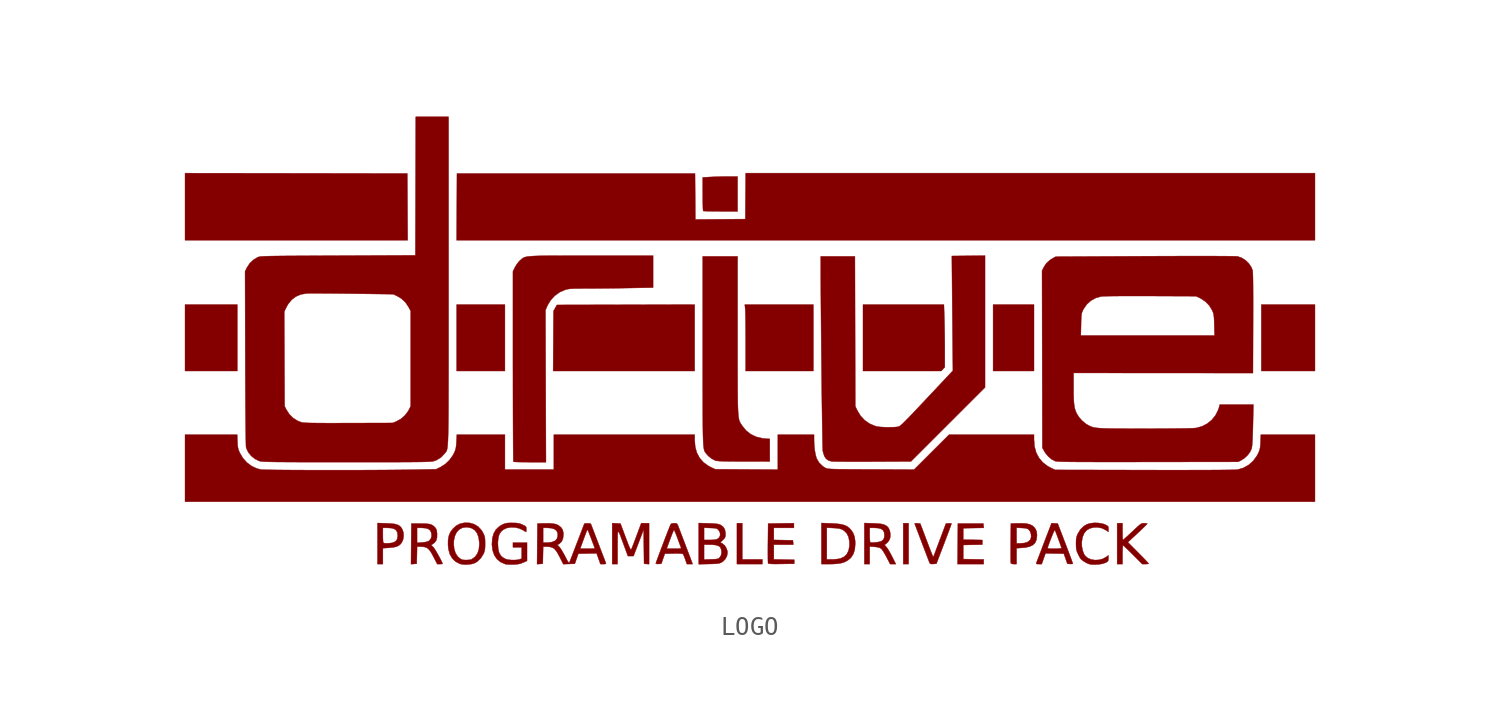
<source format=kicad_sym>
(kicad_symbol_lib
  (version 20210619)
  (generator bitmap2component)
  (symbol "LOGO"
    (pin_names
      (offset 1.016))
    (property "Reference" "#G"
      (at 0 12.714 0)
      (effects (font (size 1.27 1.27)) hide))
    (symbol "LOGO_0_0"
      (polyline (pts (xy -15.61 -12.034) (xy -15.414 -12.003) (xy -15.258 -11.949) (xy -15.123 -11.864) (xy -14.933 -11.676) (xy -14.788 -11.439) (xy -14.779 -11.42) (xy -14.74 -11.317) (xy -14.717 -11.209) (xy -14.705 -11.071) (xy -14.702 -10.883) (xy -14.703 -10.756) (xy -14.71 -10.613) (xy -14.726 -10.505) (xy -14.757 -10.408) (xy -14.807 -10.3) (xy -14.901 -10.141) (xy -15.084 -9.944) (xy -15.307 -9.807) (xy -15.562 -9.734) (xy -15.841 -9.728) (xy -15.868 -9.732) (xy -16.108 -9.788) (xy -16.311 -9.898) (xy -16.497 -10.072) (xy -16.625 -10.249) (xy -16.709 -10.451) (xy -16.751 -10.688) (xy -16.753 -10.883) (xy -16.441 -10.883) (xy -16.432 -10.717) (xy -16.378 -10.464) (xy -16.279 -10.258) (xy -16.139 -10.104) (xy -15.962 -10.008) (xy -15.752 -9.975) (xy -15.671 -9.978) (xy -15.453 -10.027) (xy -15.279 -10.135) (xy -15.149 -10.302) (xy -15.065 -10.528) (xy -15.025 -10.814) (xy -15.022 -10.91) (xy -15.048 -11.195) (xy -15.128 -11.43) (xy -15.262 -11.614) (xy -15.451 -11.75) (xy -15.5 -11.766) (xy -15.616 -11.782) (xy -15.756 -11.788) (xy -15.888 -11.783) (xy -15.982 -11.765) (xy -16.075 -11.719) (xy -16.229 -11.585) (xy -16.344 -11.396) (xy -16.416 -11.159) (xy -16.441 -10.883) (xy -16.753 -10.883) (xy -16.753 -10.975) (xy -16.731 -11.188) (xy -16.653 -11.467) (xy -16.523 -11.696) (xy -16.342 -11.872) (xy -16.113 -11.994) (xy -16.011 -12.021) (xy -15.819 -12.041) (xy -15.61 -12.034)) (stroke (width 0.01)) (fill (type outline)))
      (polyline (pts (xy -13.142 -12.037) (xy -13.034 -12.032) (xy -12.866 -12.014) (xy -12.729 -11.982) (xy -12.595 -11.929) (xy -12.385 -11.833) (xy -12.385 -10.827) (xy -13.164 -10.827) (xy -13.164 -11.087) (xy -12.681 -11.087) (xy -12.681 -11.71) (xy -12.798 -11.751) (xy -12.898 -11.774) (xy -13.069 -11.789) (xy -13.256 -11.787) (xy -13.43 -11.769) (xy -13.562 -11.735) (xy -13.712 -11.655) (xy -13.844 -11.535) (xy -13.931 -11.376) (xy -13.98 -11.168) (xy -13.996 -10.902) (xy -13.995 -10.788) (xy -13.971 -10.549) (xy -13.915 -10.362) (xy -13.822 -10.218) (xy -13.688 -10.104) (xy -13.505 -10.02) (xy -13.281 -9.981) (xy -13.041 -9.989) (xy -12.807 -10.043) (xy -12.599 -10.144) (xy -12.559 -10.169) (xy -12.481 -10.216) (xy -12.441 -10.234) (xy -12.437 -10.23) (xy -12.426 -10.177) (xy -12.422 -10.084) (xy -12.422 -10.06) (xy -12.428 -9.985) (xy -12.455 -9.935) (xy -12.519 -9.891) (xy -12.635 -9.835) (xy -12.662 -9.823) (xy -12.775 -9.778) (xy -12.886 -9.752) (xy -13.019 -9.739) (xy -13.201 -9.735) (xy -13.3 -9.735) (xy -13.447 -9.741) (xy -13.557 -9.757) (xy -13.656 -9.788) (xy -13.769 -9.839) (xy -13.922 -9.931) (xy -14.105 -10.106) (xy -14.233 -10.328) (xy -14.306 -10.598) (xy -14.327 -10.92) (xy -14.326 -10.943) (xy -14.289 -11.255) (xy -14.196 -11.519) (xy -14.05 -11.735) (xy -13.852 -11.9) (xy -13.603 -12.011) (xy -13.577 -12.017) (xy -13.463 -12.031) (xy -13.309 -12.038) (xy -13.142 -12.037)) (stroke (width 0.01)) (fill (type outline)))
      (polyline (pts (xy 19.238 -12.029) (xy 19.435 -11.995) (xy 19.589 -11.944) (xy 19.677 -11.899) (xy 19.737 -11.852) (xy 19.76 -11.792) (xy 19.764 -11.694) (xy 19.764 -11.528) (xy 19.643 -11.618) (xy 19.452 -11.723) (xy 19.236 -11.78) (xy 19.013 -11.791) (xy 18.8 -11.755) (xy 18.614 -11.674) (xy 18.472 -11.549) (xy 18.413 -11.458) (xy 18.337 -11.26) (xy 18.294 -11.029) (xy 18.289 -10.788) (xy 18.329 -10.534) (xy 18.419 -10.312) (xy 18.557 -10.146) (xy 18.742 -10.037) (xy 18.973 -9.986) (xy 19.142 -9.982) (xy 19.4 -10.027) (xy 19.629 -10.14) (xy 19.764 -10.232) (xy 19.764 -10.062) (xy 19.76 -9.973) (xy 19.737 -9.918) (xy 19.679 -9.875) (xy 19.569 -9.823) (xy 19.453 -9.782) (xy 19.231 -9.741) (xy 18.992 -9.732) (xy 18.765 -9.756) (xy 18.577 -9.812) (xy 18.404 -9.914) (xy 18.211 -10.101) (xy 18.064 -10.345) (xy 18.019 -10.454) (xy 17.989 -10.568) (xy 17.974 -10.702) (xy 17.971 -10.883) (xy 17.971 -10.898) (xy 17.975 -11.072) (xy 17.989 -11.201) (xy 18.02 -11.315) (xy 18.072 -11.439) (xy 18.125 -11.547) (xy 18.187 -11.66) (xy 18.236 -11.73) (xy 18.267 -11.761) (xy 18.393 -11.859) (xy 18.547 -11.949) (xy 18.694 -12.011) (xy 18.829 -12.036) (xy 19.026 -12.043) (xy 19.238 -12.029)) (stroke (width 0.01)) (fill (type outline)))
      (polyline (pts (xy -20.357 -11.135) (xy -20.033 -11.114) (xy -19.988 -11.111) (xy -19.776 -11.088) (xy -19.618 -11.053) (xy -19.497 -11.001) (xy -19.398 -10.927) (xy -19.319 -10.834) (xy -19.24 -10.658) (xy -19.207 -10.458) (xy -19.223 -10.255) (xy -19.292 -10.07) (xy -19.352 -9.98) (xy -19.439 -9.895) (xy -19.551 -9.835) (xy -19.701 -9.795) (xy -19.901 -9.771) (xy -20.162 -9.758) (xy -20.654 -9.743) (xy -20.654 -10.012) (xy -20.357 -10.012) (xy -20.096 -10.012) (xy -19.898 -10.023) (xy -19.73 -10.066) (xy -19.617 -10.148) (xy -19.555 -10.271) (xy -19.535 -10.443) (xy -19.536 -10.472) (xy -19.568 -10.64) (xy -19.652 -10.756) (xy -19.791 -10.825) (xy -19.794 -10.826) (xy -19.907 -10.848) (xy -20.041 -10.86) (xy -20.172 -10.864) (xy -20.277 -10.857) (xy -20.332 -10.84) (xy -20.34 -10.809) (xy -20.349 -10.716) (xy -20.355 -10.579) (xy -20.357 -10.413) (xy -20.357 -10.012) (xy -20.654 -10.012) (xy -20.654 -12.014) (xy -20.357 -12.014) (xy -20.357 -11.135)) (stroke (width 0.01)) (fill (type outline)))
      (polyline (pts (xy -18.643 -12.007) (xy -18.485 -11.995) (xy -18.474 -11.523) (xy -18.464 -11.05) (xy -18.303 -11.05) (xy -18.235 -11.051) (xy -18.08 -11.063) (xy -17.956 -11.098) (xy -17.852 -11.164) (xy -17.756 -11.272) (xy -17.655 -11.429) (xy -17.539 -11.646) (xy -17.35 -12.014) (xy -17.204 -12.014) (xy -17.172 -12.014) (xy -17.09 -12.007) (xy -17.057 -11.995) (xy -17.057 -11.993) (xy -17.077 -11.932) (xy -17.128 -11.824) (xy -17.199 -11.686) (xy -17.283 -11.532) (xy -17.371 -11.378) (xy -17.454 -11.239) (xy -17.524 -11.132) (xy -17.572 -11.071) (xy -17.686 -10.963) (xy -17.562 -10.879) (xy -17.485 -10.816) (xy -17.402 -10.696) (xy -17.362 -10.539) (xy -17.36 -10.328) (xy -17.362 -10.303) (xy -17.379 -10.162) (xy -17.412 -10.066) (xy -17.466 -9.991) (xy -17.468 -9.99) (xy -17.552 -9.907) (xy -17.638 -9.849) (xy -17.739 -9.81) (xy -17.87 -9.787) (xy -18.046 -9.775) (xy -18.281 -9.772) (xy -18.781 -9.771) (xy -18.791 -10.838) (xy -18.466 -10.838) (xy -18.466 -10.012) (xy -18.224 -10.012) (xy -18.192 -10.012) (xy -17.986 -10.028) (xy -17.839 -10.073) (xy -17.742 -10.151) (xy -17.684 -10.268) (xy -17.683 -10.273) (xy -17.661 -10.451) (xy -17.701 -10.606) (xy -17.802 -10.724) (xy -17.852 -10.753) (xy -17.985 -10.792) (xy -18.181 -10.817) (xy -18.466 -10.838) (xy -18.791 -10.838) (xy -18.791 -10.894) (xy -18.801 -12.018) (xy -18.643 -12.007)) (stroke (width 0.01)) (fill (type outline)))
      (polyline (pts (xy -11.672 -12.007) (xy -11.513 -11.995) (xy -11.503 -11.523) (xy -11.493 -11.05) (xy -11.332 -11.05) (xy -11.283 -11.05) (xy -11.12 -11.062) (xy -10.99 -11.097) (xy -10.88 -11.164) (xy -10.781 -11.274) (xy -10.679 -11.434) (xy -10.563 -11.654) (xy -10.38 -12.017) (xy -10.061 -12.006) (xy -9.742 -11.995) (xy -9.645 -11.717) (xy -9.548 -11.439) (xy -9.043 -11.429) (xy -8.537 -11.419) (xy -8.432 -11.716) (xy -8.326 -12.014) (xy -8.164 -12.014) (xy -8.147 -12.014) (xy -8.056 -12.009) (xy -8.021 -11.989) (xy -8.027 -11.949) (xy -8.029 -11.944) (xy -8.054 -11.881) (xy -8.1 -11.76) (xy -8.166 -11.59) (xy -8.246 -11.381) (xy -8.337 -11.142) (xy -8.436 -10.883) (xy -8.457 -10.83) (xy -8.555 -10.574) (xy -8.644 -10.34) (xy -8.721 -10.138) (xy -8.783 -9.977) (xy -8.826 -9.866) (xy -8.845 -9.815) (xy -8.87 -9.779) (xy -8.93 -9.759) (xy -9.042 -9.759) (xy -9.213 -9.771) (xy -9.611 -10.809) (xy -9.644 -10.893) (xy -9.743 -11.152) (xy -9.747 -11.161) (xy -9.448 -11.161) (xy -9.26 -10.651) (xy -9.192 -10.465) (xy -9.135 -10.312) (xy -9.095 -10.211) (xy -9.069 -10.152) (xy -9.052 -10.125) (xy -9.039 -10.121) (xy -9.027 -10.131) (xy -9.027 -10.132) (xy -9.007 -10.173) (xy -8.969 -10.268) (xy -8.916 -10.402) (xy -8.856 -10.558) (xy -8.794 -10.722) (xy -8.735 -10.878) (xy -8.686 -11.011) (xy -8.652 -11.107) (xy -8.64 -11.149) (xy -8.664 -11.153) (xy -8.749 -11.157) (xy -8.881 -11.16) (xy -9.044 -11.161) (xy -9.448 -11.161) (xy -9.747 -11.161) (xy -9.835 -11.389) (xy -9.913 -11.593) (xy -9.976 -11.755) (xy -10.02 -11.867) (xy -10.041 -11.919) (xy -10.059 -11.938) (xy -10.087 -11.922) (xy -10.13 -11.862) (xy -10.194 -11.75) (xy -10.283 -11.579) (xy -10.371 -11.415) (xy -10.462 -11.259) (xy -10.542 -11.135) (xy -10.601 -11.06) (xy -10.707 -10.953) (xy -10.603 -10.894) (xy -10.588 -10.884) (xy -10.468 -10.765) (xy -10.396 -10.592) (xy -10.373 -10.369) (xy -10.376 -10.29) (xy -10.411 -10.125) (xy -10.494 -9.994) (xy -10.638 -9.875) (xy -10.648 -9.869) (xy -10.776 -9.81) (xy -10.952 -9.773) (xy -11.182 -9.757) (xy -11.476 -9.759) (xy -11.81 -9.771) (xy -11.819 -10.827) (xy -11.495 -10.827) (xy -11.495 -10.012) (xy -11.253 -10.012) (xy -11.052 -10.026) (xy -10.869 -10.079) (xy -10.749 -10.173) (xy -10.69 -10.307) (xy -10.692 -10.483) (xy -10.738 -10.622) (xy -10.839 -10.729) (xy -10.998 -10.792) (xy -11.031 -10.799) (xy -11.174 -10.818) (xy -11.319 -10.826) (xy -11.495 -10.827) (xy -11.819 -10.827) (xy -11.82 -10.894) (xy -11.83 -12.018) (xy -11.672 -12.007)) (stroke (width 0.01)) (fill (type outline)))
      (polyline (pts (xy -5.636 -9.752) (xy -6.07 -9.752) (xy -6.322 -10.429) (xy -6.327 -10.441) (xy -6.407 -10.655) (xy -6.481 -10.85) (xy -6.543 -11.011) (xy -6.59 -11.128) (xy -6.616 -11.188) (xy -6.617 -11.191) (xy -6.633 -11.21) (xy -6.654 -11.202) (xy -6.681 -11.162) (xy -6.72 -11.081) (xy -6.774 -10.951) (xy -6.845 -10.767) (xy -6.938 -10.521) (xy -7.219 -9.771) (xy -7.447 -9.76) (xy -7.676 -9.748) (xy -7.676 -12.014) (xy -7.379 -12.014) (xy -7.378 -11.059) (xy -7.377 -10.899) (xy -7.377 -10.623) (xy -7.374 -10.419) (xy -7.366 -10.287) (xy -7.349 -10.225) (xy -7.322 -10.232) (xy -7.28 -10.307) (xy -7.222 -10.449) (xy -7.144 -10.657) (xy -7.044 -10.929) (xy -6.808 -11.569) (xy -6.497 -11.569) (xy -6.364 -11.226) (xy -6.331 -11.139) (xy -6.25 -10.927) (xy -6.163 -10.7) (xy -6.084 -10.494) (xy -5.937 -10.104) (xy -5.926 -11.05) (xy -5.914 -11.995) (xy -5.775 -12.007) (xy -5.636 -12.018) (xy -5.636 -9.752)) (stroke (width 0.01)) (fill (type outline)))
      (polyline (pts (xy -3.279 -11.875) (xy -3.289 -11.848) (xy -3.327 -11.745) (xy -3.385 -11.591) (xy -3.459 -11.397) (xy -3.543 -11.176) (xy -3.633 -10.939) (xy -3.672 -10.836) (xy -3.763 -10.598) (xy -3.848 -10.377) (xy -3.92 -10.186) (xy -3.976 -10.038) (xy -4.011 -9.947) (xy -4.016 -9.934) (xy -4.058 -9.829) (xy -4.097 -9.775) (xy -4.154 -9.755) (xy -4.247 -9.752) (xy -4.289 -9.753) (xy -4.392 -9.771) (xy -4.444 -9.817) (xy -4.445 -9.818) (xy -4.471 -9.879) (xy -4.518 -9.996) (xy -4.582 -10.157) (xy -4.659 -10.354) (xy -4.744 -10.575) (xy -4.834 -10.81) (xy -4.925 -11.049) (xy -4.967 -11.161) (xy -4.663 -11.161) (xy -4.473 -10.642) (xy -4.44 -10.553) (xy -4.375 -10.383) (xy -4.32 -10.247) (xy -4.279 -10.156) (xy -4.259 -10.123) (xy -4.256 -10.124) (xy -4.231 -10.169) (xy -4.188 -10.268) (xy -4.131 -10.408) (xy -4.067 -10.577) (xy -4.058 -10.601) (xy -3.994 -10.775) (xy -3.938 -10.926) (xy -3.896 -11.038) (xy -3.874 -11.096) (xy -3.871 -11.104) (xy -3.87 -11.13) (xy -3.897 -11.147) (xy -3.962 -11.156) (xy -4.078 -11.16) (xy -4.256 -11.161) (xy -4.663 -11.161) (xy -4.967 -11.161) (xy -5.012 -11.281) (xy -5.093 -11.496) (xy -5.162 -11.684) (xy -5.217 -11.834) (xy -5.253 -11.935) (xy -5.265 -11.978) (xy -5.263 -11.985) (xy -5.215 -12.006) (xy -5.112 -12.007) (xy -4.958 -11.995) (xy -4.862 -11.717) (xy -4.765 -11.439) (xy -4.279 -11.429) (xy -4.211 -11.428) (xy -4.013 -11.427) (xy -3.877 -11.433) (xy -3.794 -11.445) (xy -3.756 -11.466) (xy -3.756 -11.467) (xy -3.725 -11.526) (xy -3.681 -11.632) (xy -3.633 -11.764) (xy -3.546 -12.014) (xy -3.229 -12.014) (xy -3.279 -11.875)) (stroke (width 0.01)) (fill (type outline)))
      (polyline (pts (xy -2.327 -12.008) (xy -2.304 -12.008) (xy -2.089 -12.002) (xy -1.933 -11.994) (xy -1.821 -11.983) (xy -1.738 -11.965) (xy -1.671 -11.94) (xy -1.604 -11.905) (xy -1.566 -11.882) (xy -1.426 -11.745) (xy -1.332 -11.572) (xy -1.298 -11.384) (xy -1.308 -11.287) (xy -1.365 -11.124) (xy -1.457 -10.98) (xy -1.572 -10.883) (xy -1.696 -10.816) (xy -1.553 -10.679) (xy -1.498 -10.624) (xy -1.439 -10.548) (xy -1.414 -10.465) (xy -1.409 -10.342) (xy -1.411 -10.29) (xy -1.448 -10.097) (xy -1.541 -9.95) (xy -1.692 -9.843) (xy -1.75 -9.819) (xy -1.842 -9.796) (xy -1.965 -9.779) (xy -2.135 -9.767) (xy -2.364 -9.759) (xy -2.892 -9.744) (xy -2.892 -10.005) (xy -2.596 -10.005) (xy -2.24 -10.017) (xy -2.235 -10.018) (xy -2.07 -10.025) (xy -1.961 -10.036) (xy -1.891 -10.054) (xy -1.841 -10.086) (xy -1.795 -10.134) (xy -1.79 -10.14) (xy -1.717 -10.274) (xy -1.705 -10.412) (xy -1.752 -10.534) (xy -1.857 -10.625) (xy -1.914 -10.646) (xy -2.066 -10.671) (xy -2.279 -10.679) (xy -2.596 -10.679) (xy -2.596 -10.005) (xy -2.892 -10.005) (xy -2.892 -11.761) (xy -2.596 -11.761) (xy -2.596 -10.939) (xy -2.279 -10.939) (xy -2.153 -10.941) (xy -1.944 -10.962) (xy -1.796 -11.009) (xy -1.699 -11.088) (xy -1.647 -11.204) (xy -1.631 -11.361) (xy -1.632 -11.385) (xy -1.655 -11.522) (xy -1.721 -11.632) (xy -1.738 -11.652) (xy -1.781 -11.692) (xy -1.833 -11.717) (xy -1.909 -11.733) (xy -2.027 -11.742) (xy -2.203 -11.748) (xy -2.596 -11.761) (xy -2.892 -11.761) (xy -2.892 -12.021) (xy -2.327 -12.008)) (stroke (width 0.01)) (fill (type outline)))
      (polyline (pts (xy 0.63 -11.754) (xy -0.482 -11.754) (xy -0.482 -9.752) (xy -0.779 -9.752) (xy -0.779 -12.014) (xy 0.63 -12.014) (xy 0.63 -11.754)) (stroke (width 0.01)) (fill (type outline)))
      (polyline (pts (xy 1.677 -12.005) (xy 2.392 -11.995) (xy 2.392 -11.773) (xy 1.261 -11.752) (xy 1.261 -10.939) (xy 2.341 -10.939) (xy 2.329 -10.818) (xy 2.317 -10.698) (xy 1.261 -10.677) (xy 1.261 -10.012) (xy 2.373 -10.012) (xy 2.373 -9.751) (xy 1.659 -9.761) (xy 0.946 -9.771) (xy 0.936 -10.845) (xy 0.935 -10.909) (xy 0.933 -11.181) (xy 0.933 -11.428) (xy 0.934 -11.64) (xy 0.936 -11.807) (xy 0.94 -11.92) (xy 0.944 -11.968) (xy 0.955 -11.979) (xy 1 -11.993) (xy 1.086 -12.002) (xy 1.223 -12.007) (xy 1.417 -12.008) (xy 1.677 -12.005)) (stroke (width 0.01)) (fill (type outline)))
      (polyline (pts (xy 4.519 -12.011) (xy 4.792 -11.993) (xy 5.014 -11.955) (xy 5.197 -11.894) (xy 5.353 -11.806) (xy 5.496 -11.688) (xy 5.541 -11.641) (xy 5.664 -11.447) (xy 5.738 -11.201) (xy 5.764 -10.902) (xy 5.76 -10.742) (xy 5.723 -10.493) (xy 5.644 -10.286) (xy 5.519 -10.106) (xy 5.417 -10.004) (xy 5.291 -9.916) (xy 5.141 -9.851) (xy 4.954 -9.807) (xy 4.719 -9.778) (xy 4.422 -9.761) (xy 3.893 -9.742) (xy 3.893 -10.002) (xy 4.19 -10.002) (xy 4.555 -10.019) (xy 4.739 -10.031) (xy 4.878 -10.051) (xy 4.986 -10.081) (xy 5.083 -10.127) (xy 5.141 -10.162) (xy 5.293 -10.312) (xy 5.393 -10.515) (xy 5.441 -10.771) (xy 5.443 -11.01) (xy 5.397 -11.258) (xy 5.3 -11.457) (xy 5.153 -11.605) (xy 4.958 -11.698) (xy 4.958 -11.699) (xy 4.823 -11.727) (xy 4.652 -11.747) (xy 4.48 -11.754) (xy 4.19 -11.754) (xy 4.19 -10.002) (xy 3.893 -10.002) (xy 3.893 -12.014) (xy 4.318 -12.014) (xy 4.519 -12.011)) (stroke (width 0.01)) (fill (type outline)))
      (polyline (pts (xy 6.563 -11.04) (xy 6.826 -11.059) (xy 6.914 -11.067) (xy 7.079 -11.099) (xy 7.188 -11.151) (xy 7.237 -11.205) (xy 7.313 -11.313) (xy 7.401 -11.457) (xy 7.49 -11.619) (xy 7.694 -12.014) (xy 8.01 -12.014) (xy 7.806 -11.608) (xy 7.726 -11.453) (xy 7.635 -11.292) (xy 7.554 -11.161) (xy 7.494 -11.078) (xy 7.384 -10.953) (xy 7.508 -10.854) (xy 7.527 -10.838) (xy 7.617 -10.733) (xy 7.677 -10.62) (xy 7.699 -10.524) (xy 7.705 -10.342) (xy 7.673 -10.163) (xy 7.608 -10.021) (xy 7.562 -9.963) (xy 7.475 -9.887) (xy 7.363 -9.832) (xy 7.215 -9.795) (xy 7.017 -9.772) (xy 6.758 -9.759) (xy 6.267 -9.743) (xy 6.267 -10.012) (xy 6.563 -10.012) (xy 6.825 -10.012) (xy 7.018 -10.022) (xy 7.186 -10.063) (xy 7.298 -10.141) (xy 7.36 -10.261) (xy 7.378 -10.426) (xy 7.363 -10.563) (xy 7.308 -10.67) (xy 7.201 -10.749) (xy 7.128 -10.774) (xy 7.011 -10.797) (xy 6.876 -10.813) (xy 6.746 -10.822) (xy 6.644 -10.821) (xy 6.591 -10.807) (xy 6.583 -10.78) (xy 6.573 -10.691) (xy 6.566 -10.557) (xy 6.563 -10.395) (xy 6.563 -10.012) (xy 6.267 -10.012) (xy 6.267 -12.014) (xy 6.563 -12.014) (xy 6.563 -11.04)) (stroke (width 0.01)) (fill (type outline)))
      (polyline (pts (xy 8.714 -9.752) (xy 8.417 -9.752) (xy 8.417 -12.014) (xy 8.714 -12.014) (xy 8.714 -9.752)) (stroke (width 0.01)) (fill (type outline)))
      (polyline (pts (xy 10.076 -12.007) (xy 10.252 -11.995) (xy 10.669 -10.902) (xy 10.722 -10.762) (xy 10.82 -10.503) (xy 10.908 -10.271) (xy 10.981 -10.074) (xy 11.038 -9.92) (xy 11.074 -9.819) (xy 11.087 -9.778) (xy 11.082 -9.771) (xy 11.028 -9.759) (xy 10.933 -9.759) (xy 10.779 -9.771) (xy 10.459 -10.623) (xy 10.394 -10.794) (xy 10.309 -11.021) (xy 10.234 -11.22) (xy 10.174 -11.381) (xy 10.131 -11.493) (xy 10.111 -11.546) (xy 10.091 -11.584) (xy 10.063 -11.595) (xy 10.047 -11.563) (xy 10.008 -11.469) (xy 9.95 -11.323) (xy 9.877 -11.136) (xy 9.793 -10.916) (xy 9.7 -10.672) (xy 9.359 -9.771) (xy 9.203 -9.759) (xy 9.163 -9.757) (xy 9.081 -9.757) (xy 9.048 -9.766) (xy 9.049 -9.77) (xy 9.058 -9.799) (xy 9.079 -9.858) (xy 9.114 -9.951) (xy 9.163 -10.083) (xy 9.23 -10.258) (xy 9.314 -10.48) (xy 9.418 -10.755) (xy 9.544 -11.085) (xy 9.694 -11.477) (xy 9.867 -11.933) (xy 9.874 -11.949) (xy 9.907 -11.993) (xy 9.966 -12.009) (xy 10.076 -12.007)) (stroke (width 0.01)) (fill (type outline)))
      (polyline (pts (xy 12.867 -11.756) (xy 11.736 -11.736) (xy 11.736 -10.957) (xy 12.793 -10.937) (xy 12.793 -10.681) (xy 11.736 -10.661) (xy 11.736 -10.03) (xy 12.304 -10.02) (xy 12.871 -10.01) (xy 12.86 -9.89) (xy 12.848 -9.771) (xy 11.439 -9.771) (xy 11.43 -10.892) (xy 11.42 -12.014) (xy 12.867 -12.014) (xy 12.867 -11.756)) (stroke (width 0.01)) (fill (type outline)))
      (polyline (pts (xy 14.684 -11.135) (xy 15.018 -11.113) (xy 15.163 -11.1) (xy 15.406 -11.047) (xy 15.588 -10.959) (xy 15.714 -10.831) (xy 15.787 -10.66) (xy 15.812 -10.442) (xy 15.811 -10.364) (xy 15.79 -10.21) (xy 15.739 -10.086) (xy 15.671 -9.989) (xy 15.561 -9.888) (xy 15.419 -9.818) (xy 15.236 -9.775) (xy 15 -9.757) (xy 14.702 -9.759) (xy 14.369 -9.771) (xy 14.359 -10.845) (xy 14.359 -10.864) (xy 14.684 -10.864) (xy 14.684 -10.004) (xy 14.98 -10.017) (xy 15.008 -10.019) (xy 15.153 -10.029) (xy 15.248 -10.047) (xy 15.315 -10.078) (xy 15.373 -10.128) (xy 15.425 -10.197) (xy 15.479 -10.343) (xy 15.491 -10.502) (xy 15.454 -10.642) (xy 15.448 -10.653) (xy 15.375 -10.732) (xy 15.277 -10.8) (xy 15.266 -10.805) (xy 15.113 -10.849) (xy 14.915 -10.864) (xy 14.684 -10.864) (xy 14.359 -10.864) (xy 14.358 -10.909) (xy 14.357 -11.182) (xy 14.356 -11.428) (xy 14.357 -11.64) (xy 14.359 -11.807) (xy 14.363 -11.919) (xy 14.367 -11.967) (xy 14.372 -11.975) (xy 14.431 -12.003) (xy 14.534 -12.014) (xy 14.684 -12.014) (xy 14.684 -11.135)) (stroke (width 0.01)) (fill (type outline)))
      (polyline (pts (xy 16.074 -12.014) (xy 16.285 -11.419) (xy 16.791 -11.429) (xy 17.298 -11.439) (xy 17.492 -11.995) (xy 17.645 -12.007) (xy 17.683 -12.009) (xy 17.765 -12.004) (xy 17.798 -11.988) (xy 17.794 -11.976) (xy 17.769 -11.903) (xy 17.722 -11.773) (xy 17.656 -11.596) (xy 17.575 -11.38) (xy 17.482 -11.133) (xy 17.379 -10.864) (xy 16.961 -9.771) (xy 16.79 -9.759) (xy 16.619 -9.748) (xy 16.507 -10.038) (xy 16.497 -10.065) (xy 16.444 -10.204) (xy 16.371 -10.393) (xy 16.286 -10.616) (xy 16.193 -10.859) (xy 16.099 -11.105) (xy 16.096 -11.115) (xy 16.398 -11.115) (xy 16.421 -11.048) (xy 16.518 -10.781) (xy 16.605 -10.552) (xy 16.68 -10.366) (xy 16.74 -10.23) (xy 16.783 -10.152) (xy 16.805 -10.137) (xy 16.816 -10.162) (xy 16.851 -10.248) (xy 16.901 -10.376) (xy 16.958 -10.53) (xy 17.018 -10.693) (xy 17.075 -10.851) (xy 17.123 -10.987) (xy 17.156 -11.085) (xy 17.168 -11.13) (xy 17.147 -11.14) (xy 17.065 -11.151) (xy 16.936 -11.158) (xy 16.775 -11.161) (xy 16.753 -11.161) (xy 16.577 -11.159) (xy 16.465 -11.151) (xy 16.409 -11.136) (xy 16.398 -11.115) (xy 16.096 -11.115) (xy 16.059 -11.212) (xy 15.974 -11.432) (xy 15.9 -11.627) (xy 15.839 -11.786) (xy 15.797 -11.897) (xy 15.777 -11.949) (xy 15.774 -11.955) (xy 15.773 -11.993) (xy 15.813 -12.01) (xy 15.913 -12.014) (xy 16.074 -12.014)) (stroke (width 0.01)) (fill (type outline)))
      (polyline (pts (xy 20.543 -11.495) (xy 20.543 -11.428) (xy 20.546 -11.25) (xy 20.552 -11.106) (xy 20.561 -11.011) (xy 20.571 -10.976) (xy 20.573 -10.976) (xy 20.614 -11.009) (xy 20.697 -11.085) (xy 20.814 -11.196) (xy 20.957 -11.336) (xy 21.117 -11.495) (xy 21.635 -12.014) (xy 21.812 -12.014) (xy 21.871 -12.012) (xy 21.955 -12.002) (xy 21.989 -11.987) (xy 21.984 -11.978) (xy 21.938 -11.925) (xy 21.851 -11.831) (xy 21.729 -11.704) (xy 21.58 -11.552) (xy 21.413 -11.382) (xy 20.837 -10.806) (xy 21.375 -10.307) (xy 21.402 -10.282) (xy 21.564 -10.13) (xy 21.705 -9.995) (xy 21.816 -9.887) (xy 21.888 -9.812) (xy 21.914 -9.78) (xy 21.906 -9.771) (xy 21.844 -9.758) (xy 21.743 -9.752) (xy 21.727 -9.752) (xy 21.667 -9.755) (xy 21.613 -9.768) (xy 21.555 -9.796) (xy 21.483 -9.849) (xy 21.386 -9.932) (xy 21.256 -10.052) (xy 21.081 -10.216) (xy 20.931 -10.356) (xy 20.791 -10.485) (xy 20.677 -10.588) (xy 20.599 -10.655) (xy 20.566 -10.679) (xy 20.565 -10.679) (xy 20.556 -10.637) (xy 20.549 -10.536) (xy 20.544 -10.391) (xy 20.543 -10.216) (xy 20.543 -9.752) (xy 20.246 -9.752) (xy 20.246 -12.014) (xy 20.543 -12.014) (xy 20.543 -11.495)) (stroke (width 0.01)) (fill (type outline)))
      (polyline (pts (xy 31.184 -4.857) (xy 28.191 -4.857) (xy 28.174 -5.256) (xy 28.166 -5.416) (xy 28.152 -5.562) (xy 28.128 -5.677) (xy 28.091 -5.786) (xy 28.034 -5.913) (xy 27.96 -6.049) (xy 27.76 -6.316) (xy 27.514 -6.533) (xy 27.23 -6.692) (xy 26.918 -6.786) (xy 26.896 -6.789) (xy 26.792 -6.795) (xy 26.614 -6.8) (xy 26.363 -6.804) (xy 26.039 -6.808) (xy 25.643 -6.811) (xy 25.174 -6.814) (xy 24.634 -6.815) (xy 24.022 -6.816) (xy 23.34 -6.816) (xy 22.587 -6.816) (xy 21.763 -6.814) (xy 16.816 -6.804) (xy 16.575 -6.689) (xy 16.413 -6.602) (xy 16.14 -6.396) (xy 15.927 -6.146) (xy 15.772 -5.853) (xy 15.679 -5.519) (xy 15.648 -5.146) (xy 15.648 -4.857) (xy 10.95 -4.857) (xy 9.983 -5.823) (xy 9.015 -6.788) (xy 6.63 -6.777) (xy 6.257 -6.776) (xy 5.831 -6.774) (xy 5.469 -6.772) (xy 5.165 -6.769) (xy 4.915 -6.766) (xy 4.711 -6.763) (xy 4.549 -6.759) (xy 4.423 -6.753) (xy 4.326 -6.747) (xy 4.254 -6.738) (xy 4.201 -6.729) (xy 4.161 -6.717) (xy 4.128 -6.703) (xy 4.097 -6.687) (xy 3.964 -6.6) (xy 3.774 -6.414) (xy 3.639 -6.192) (xy 3.615 -6.131) (xy 3.563 -5.936) (xy 3.522 -5.695) (xy 3.495 -5.427) (xy 3.486 -5.151) (xy 3.486 -4.857) (xy 1.483 -4.857) (xy 1.483 -6.788) (xy -0.25 -6.778) (xy -1.984 -6.767) (xy -2.204 -6.664) (xy -2.352 -6.587) (xy -2.626 -6.389) (xy -2.839 -6.147) (xy -2.992 -5.863) (xy -3.084 -5.536) (xy -3.115 -5.169) (xy -3.115 -4.857) (xy -10.902 -4.857) (xy -10.902 -6.786) (xy -13.608 -6.786) (xy -13.608 -4.857) (xy -16.268 -4.857) (xy -16.287 -5.246) (xy -16.292 -5.327) (xy -16.307 -5.499) (xy -16.329 -5.631) (xy -16.366 -5.748) (xy -16.421 -5.876) (xy -16.485 -5.999) (xy -16.673 -6.26) (xy -16.905 -6.482) (xy -17.164 -6.647) (xy -17.407 -6.767) (xy -18.613 -6.791) (xy -18.867 -6.795) (xy -19.215 -6.8) (xy -19.604 -6.804) (xy -20.027 -6.808) (xy -20.48 -6.811) (xy -20.957 -6.814) (xy -21.451 -6.816) (xy -21.958 -6.817) (xy -22.471 -6.818) (xy -22.985 -6.819) (xy -23.494 -6.819) (xy -23.991 -6.818) (xy -24.472 -6.817) (xy -24.931 -6.815) (xy -25.362 -6.813) (xy -25.758 -6.81) (xy -26.115 -6.807) (xy -26.427 -6.803) (xy -26.687 -6.799) (xy -26.891 -6.794) (xy -27.032 -6.789) (xy -27.104 -6.783) (xy -27.327 -6.728) (xy -27.614 -6.593) (xy -27.873 -6.4) (xy -28.093 -6.156) (xy -28.265 -5.868) (xy -28.298 -5.796) (xy -28.343 -5.679) (xy -28.371 -5.564) (xy -28.388 -5.425) (xy -28.398 -5.237) (xy -28.412 -4.857) (xy -31.296 -4.857) (xy -31.296 -8.566) (xy 31.184 -8.566) (xy 31.184 -4.857)) (stroke (width 0.01)) (fill (type outline)))
      (polyline (pts (xy -20.965 -6.377) (xy -20.424 -6.376) (xy -19.945 -6.375) (xy -19.523 -6.375) (xy -19.155 -6.373) (xy -18.837 -6.371) (xy -18.566 -6.369) (xy -18.336 -6.366) (xy -18.144 -6.363) (xy -17.986 -6.359) (xy -17.858 -6.354) (xy -17.757 -6.348) (xy -17.678 -6.342) (xy -17.618 -6.335) (xy -17.572 -6.327) (xy -17.536 -6.318) (xy -17.383 -6.261) (xy -17.14 -6.111) (xy -16.942 -5.903) (xy -16.932 -5.889) (xy -16.91 -5.862) (xy -16.889 -5.838) (xy -16.87 -5.815) (xy -16.852 -5.79) (xy -16.836 -5.76) (xy -16.821 -5.722) (xy -16.808 -5.674) (xy -16.795 -5.612) (xy -16.784 -5.535) (xy -16.775 -5.438) (xy -16.766 -5.321) (xy -16.758 -5.178) (xy -16.752 -5.009) (xy -16.746 -4.81) (xy -16.741 -4.579) (xy -16.736 -4.312) (xy -16.733 -4.007) (xy -16.73 -3.661) (xy -16.728 -3.271) (xy -16.726 -2.835) (xy -16.725 -2.349) (xy -16.724 -1.812) (xy -16.723 -1.22) (xy -16.723 -0.57) (xy -16.723 0.14) (xy -16.723 0.913) (xy -16.723 1.752) (xy -16.723 2.66) (xy -16.723 12.719) (xy -18.54 12.719) (xy -18.549 8.89) (xy -18.559 5.061) (xy -22.841 5.043) (xy -23.236 5.041) (xy -23.848 5.039) (xy -24.392 5.036) (xy -24.873 5.034) (xy -25.295 5.031) (xy -25.662 5.029) (xy -25.977 5.026) (xy -26.246 5.023) (xy -26.472 5.019) (xy -26.66 5.016) (xy -26.813 5.011) (xy -26.936 5.006) (xy -27.032 5) (xy -27.107 4.994) (xy -27.164 4.986) (xy -27.207 4.978) (xy -27.241 4.968) (xy -27.269 4.957) (xy -27.296 4.945) (xy -27.506 4.819) (xy -27.717 4.621) (xy -27.874 4.381) (xy -27.977 4.172) (xy -27.971 1.947) (xy -25.81 1.947) (xy -25.678 2.214) (xy -25.595 2.362) (xy -25.401 2.602) (xy -25.165 2.781) (xy -24.888 2.899) (xy -24.575 2.952) (xy -24.495 2.955) (xy -24.345 2.957) (xy -24.137 2.957) (xy -23.875 2.957) (xy -23.569 2.955) (xy -23.226 2.953) (xy -22.852 2.949) (xy -22.456 2.945) (xy -22.044 2.94) (xy -19.782 2.91) (xy -19.578 2.813) (xy -19.339 2.673) (xy -19.119 2.472) (xy -18.945 2.218) (xy -18.818 1.984) (xy -18.818 -3.282) (xy -18.928 -3.498) (xy -18.964 -3.563) (xy -19.137 -3.793) (xy -19.359 -3.986) (xy -19.608 -4.123) (xy -19.819 -4.209) (xy -22.248 -4.216) (xy -22.762 -4.217) (xy -23.213 -4.218) (xy -23.598 -4.217) (xy -23.923 -4.215) (xy -24.192 -4.212) (xy -24.408 -4.208) (xy -24.578 -4.202) (xy -24.704 -4.195) (xy -24.792 -4.187) (xy -24.846 -4.177) (xy -25.052 -4.102) (xy -25.311 -3.941) (xy -25.532 -3.723) (xy -25.704 -3.454) (xy -25.789 -3.282) (xy -25.81 1.947) (xy -27.971 1.947) (xy -27.965 -0.63) (xy -27.963 -1.183) (xy -27.961 -1.785) (xy -27.959 -2.358) (xy -27.956 -2.896) (xy -27.953 -3.397) (xy -27.949 -3.857) (xy -27.945 -4.271) (xy -27.941 -4.634) (xy -27.937 -4.944) (xy -27.933 -5.196) (xy -27.928 -5.386) (xy -27.924 -5.51) (xy -27.919 -5.564) (xy -27.906 -5.61) (xy -27.799 -5.832) (xy -27.637 -6.032) (xy -27.431 -6.197) (xy -27.199 -6.311) (xy -27.172 -6.319) (xy -27.134 -6.328) (xy -27.086 -6.336) (xy -27.023 -6.343) (xy -26.942 -6.349) (xy -26.837 -6.354) (xy -26.706 -6.358) (xy -26.545 -6.362) (xy -26.349 -6.366) (xy -26.114 -6.368) (xy -25.837 -6.37) (xy -25.513 -6.372) (xy -25.14 -6.374) (xy -24.711 -6.375) (xy -24.225 -6.375) (xy -23.676 -6.376) (xy -23.061 -6.376) (xy -22.375 -6.377) (xy -22.247 -6.377) (xy -21.571 -6.377) (xy -20.965 -6.377)) (stroke (width 0.01)) (fill (type outline)))
      (polyline (pts (xy -11.352 -2.178) (xy -11.365 2.021) (xy -11.286 2.215) (xy -11.247 2.302) (xy -11.071 2.588) (xy -10.845 2.831) (xy -10.577 3.023) (xy -10.279 3.152) (xy -10.246 3.162) (xy -10.164 3.183) (xy -10.073 3.199) (xy -9.965 3.211) (xy -9.827 3.219) (xy -9.648 3.223) (xy -9.418 3.225) (xy -9.124 3.226) (xy -8.976 3.226) (xy -8.676 3.228) (xy -8.329 3.231) (xy -7.953 3.235) (xy -7.562 3.239) (xy -7.176 3.245) (xy -6.81 3.251) (xy -5.414 3.275) (xy -5.414 5.043) (xy -9.471 5.043) (xy -9.997 5.043) (xy -10.457 5.043) (xy -10.858 5.042) (xy -11.203 5.04) (xy -11.498 5.036) (xy -11.747 5.031) (xy -11.954 5.024) (xy -12.124 5.015) (xy -12.263 5.003) (xy -12.374 4.989) (xy -12.462 4.971) (xy -12.532 4.949) (xy -12.588 4.924) (xy -12.635 4.895) (xy -12.678 4.861) (xy -12.722 4.823) (xy -12.77 4.779) (xy -12.835 4.715) (xy -12.953 4.566) (xy -13.05 4.406) (xy -13.164 4.178) (xy -13.164 -1.075) (xy -13.163 -1.585) (xy -13.163 -2.187) (xy -13.162 -2.765) (xy -13.161 -3.315) (xy -13.16 -3.833) (xy -13.158 -4.314) (xy -13.156 -4.755) (xy -13.154 -5.152) (xy -13.152 -5.499) (xy -13.15 -5.793) (xy -13.147 -6.029) (xy -13.145 -6.204) (xy -13.142 -6.314) (xy -13.139 -6.353) (xy -13.118 -6.358) (xy -13.032 -6.364) (xy -12.889 -6.37) (xy -12.7 -6.374) (xy -12.476 -6.377) (xy -12.226 -6.378) (xy -11.338 -6.378) (xy -11.352 -2.178)) (stroke (width 0.01)) (fill (type outline)))
      (polyline (pts (xy 6.329 -6.35) (xy 6.723 -6.348) (xy 8.844 -6.338) (xy 12.941 -2.244) (xy 12.941 5.044) (xy 12.023 5.034) (xy 11.105 5.024) (xy 11.115 3.819) (xy 11.117 3.575) (xy 11.12 3.235) (xy 11.123 2.845) (xy 11.127 2.421) (xy 11.132 1.976) (xy 11.136 1.523) (xy 11.14 1.076) (xy 11.144 0.649) (xy 11.164 -1.316) (xy 9.717 -2.855) (xy 9.522 -3.063) (xy 9.24 -3.362) (xy 9.002 -3.614) (xy 8.803 -3.822) (xy 8.64 -3.99) (xy 8.507 -4.124) (xy 8.402 -4.227) (xy 8.319 -4.303) (xy 8.255 -4.356) (xy 8.205 -4.39) (xy 8.165 -4.41) (xy 8.131 -4.42) (xy 8.108 -4.423) (xy 7.959 -4.438) (xy 7.765 -4.445) (xy 7.548 -4.446) (xy 7.334 -4.441) (xy 7.144 -4.429) (xy 7.004 -4.412) (xy 6.842 -4.371) (xy 6.546 -4.242) (xy 6.281 -4.054) (xy 6.057 -3.814) (xy 5.885 -3.533) (xy 5.766 -3.282) (xy 5.756 0.862) (xy 5.746 5.006) (xy 3.856 5.006) (xy 3.856 4.422) (xy 3.856 4.188) (xy 3.857 3.852) (xy 3.859 3.471) (xy 3.861 3.05) (xy 3.864 2.595) (xy 3.868 2.111) (xy 3.872 1.604) (xy 3.876 1.077) (xy 3.881 0.537) (xy 3.887 -0.011) (xy 3.892 -0.563) (xy 3.898 -1.113) (xy 3.904 -1.656) (xy 3.91 -2.186) (xy 3.916 -2.7) (xy 3.922 -3.19) (xy 3.929 -3.653) (xy 3.934 -4.083) (xy 3.94 -4.475) (xy 3.946 -4.824) (xy 3.951 -5.125) (xy 3.956 -5.372) (xy 3.961 -5.56) (xy 3.965 -5.684) (xy 3.969 -5.74) (xy 3.988 -5.838) (xy 4.054 -6.043) (xy 4.149 -6.188) (xy 4.28 -6.282) (xy 4.455 -6.334) (xy 4.493 -6.337) (xy 4.606 -6.341) (xy 4.781 -6.345) (xy 5.01 -6.347) (xy 5.287 -6.349) (xy 5.604 -6.35) (xy 5.953 -6.351) (xy 6.329 -6.35)) (stroke (width 0.01)) (fill (type outline)))
      (polyline (pts (xy 20.584 -6.367) (xy 21.232 -6.367) (xy 21.951 -6.366) (xy 26.939 -6.359) (xy 27.129 -6.259) (xy 27.265 -6.172) (xy 27.442 -6.013) (xy 27.585 -5.829) (xy 27.676 -5.643) (xy 27.683 -5.615) (xy 27.7 -5.524) (xy 27.714 -5.393) (xy 27.726 -5.215) (xy 27.737 -4.982) (xy 27.747 -4.689) (xy 27.756 -4.329) (xy 27.781 -3.189) (xy 25.922 -3.189) (xy 25.88 -3.346) (xy 25.834 -3.489) (xy 25.686 -3.783) (xy 25.481 -4.038) (xy 25.23 -4.245) (xy 24.939 -4.396) (xy 24.618 -4.485) (xy 24.575 -4.489) (xy 24.444 -4.497) (xy 24.245 -4.504) (xy 23.981 -4.51) (xy 23.655 -4.514) (xy 23.27 -4.518) (xy 22.831 -4.521) (xy 22.34 -4.523) (xy 21.802 -4.524) (xy 21.245 -4.524) (xy 20.795 -4.523) (xy 20.409 -4.522) (xy 20.079 -4.519) (xy 19.8 -4.516) (xy 19.567 -4.51) (xy 19.375 -4.502) (xy 19.217 -4.491) (xy 19.088 -4.478) (xy 18.982 -4.461) (xy 18.894 -4.44) (xy 18.818 -4.415) (xy 18.749 -4.386) (xy 18.68 -4.352) (xy 18.607 -4.312) (xy 18.496 -4.241) (xy 18.311 -4.085) (xy 18.146 -3.9) (xy 18.024 -3.714) (xy 17.998 -3.662) (xy 17.946 -3.54) (xy 17.906 -3.412) (xy 17.877 -3.267) (xy 17.857 -3.094) (xy 17.844 -2.881) (xy 17.837 -2.617) (xy 17.836 -2.29) (xy 17.836 -1.444) (xy 22.795 -1.447) (xy 27.755 -1.451) (xy 27.764 1.318) (xy 27.764 1.339) (xy 27.765 1.887) (xy 27.766 2.385) (xy 27.765 2.83) (xy 27.763 3.22) (xy 27.76 3.55) (xy 27.756 3.819) (xy 27.75 4.023) (xy 27.744 4.158) (xy 27.737 4.223) (xy 27.671 4.394) (xy 27.531 4.606) (xy 27.346 4.788) (xy 27.131 4.924) (xy 26.901 5.001) (xy 26.866 5.004) (xy 26.754 5.008) (xy 26.573 5.011) (xy 26.328 5.014) (xy 26.022 5.016) (xy 25.658 5.018) (xy 25.24 5.019) (xy 24.771 5.019) (xy 24.254 5.019) (xy 23.694 5.018) (xy 23.093 5.016) (xy 22.456 5.014) (xy 21.785 5.011) (xy 16.853 4.987) (xy 16.696 4.904) (xy 16.542 4.809) (xy 16.334 4.624) (xy 16.186 4.399) (xy 16.092 4.206) (xy 16.099 0.63) (xy 18.237 0.63) (xy 18.25 1.233) (xy 18.252 1.353) (xy 18.258 1.55) (xy 18.266 1.694) (xy 18.279 1.801) (xy 18.297 1.884) (xy 18.325 1.959) (xy 18.363 2.041) (xy 18.389 2.092) (xy 18.569 2.35) (xy 18.796 2.555) (xy 19.064 2.702) (xy 19.365 2.785) (xy 19.425 2.791) (xy 19.564 2.797) (xy 19.769 2.802) (xy 20.034 2.806) (xy 20.355 2.809) (xy 20.727 2.811) (xy 21.145 2.812) (xy 21.604 2.812) (xy 22.1 2.81) (xy 24.603 2.8) (xy 24.825 2.696) (xy 24.881 2.668) (xy 25.133 2.498) (xy 25.343 2.279) (xy 25.498 2.025) (xy 25.511 1.996) (xy 25.547 1.909) (xy 25.573 1.825) (xy 25.59 1.729) (xy 25.602 1.606) (xy 25.61 1.44) (xy 25.616 1.214) (xy 25.63 0.63) (xy 18.237 0.63) (xy 16.099 0.63) (xy 16.111 -5.58) (xy 16.221 -5.779) (xy 16.286 -5.883) (xy 16.443 -6.069) (xy 16.625 -6.22) (xy 16.809 -6.317) (xy 16.814 -6.319) (xy 16.846 -6.327) (xy 16.894 -6.334) (xy 16.96 -6.34) (xy 17.05 -6.345) (xy 17.166 -6.35) (xy 17.311 -6.354) (xy 17.491 -6.358) (xy 17.708 -6.361) (xy 17.966 -6.363) (xy 18.269 -6.365) (xy 18.62 -6.366) (xy 19.024 -6.367) (xy 19.483 -6.367) (xy 20.002 -6.368) (xy 20.584 -6.367)) (stroke (width 0.01)) (fill (type outline)))
      (polyline (pts (xy 1.038 -5.091) (xy 0.751 -5.071) (xy 0.613 -5.056) (xy 0.28 -4.973) (xy -0.019 -4.828) (xy -0.276 -4.624) (xy -0.486 -4.365) (xy -0.505 -4.336) (xy -0.541 -4.282) (xy -0.573 -4.234) (xy -0.601 -4.185) (xy -0.626 -4.132) (xy -0.648 -4.071) (xy -0.667 -3.998) (xy -0.683 -3.909) (xy -0.697 -3.799) (xy -0.709 -3.664) (xy -0.718 -3.501) (xy -0.725 -3.305) (xy -0.731 -3.072) (xy -0.735 -2.798) (xy -0.738 -2.479) (xy -0.74 -2.11) (xy -0.741 -1.688) (xy -0.742 -1.208) (xy -0.742 -0.666) (xy -0.742 -0.059) (xy -0.742 0.619) (xy -0.742 5.006) (xy -2.67 5.006) (xy -2.67 -1.032) (xy -2.67 -1.696) (xy -2.67 -2.293) (xy -2.669 -2.827) (xy -2.669 -3.303) (xy -2.667 -3.723) (xy -2.665 -4.091) (xy -2.663 -4.411) (xy -2.659 -4.687) (xy -2.654 -4.922) (xy -2.648 -5.121) (xy -2.641 -5.286) (xy -2.632 -5.421) (xy -2.621 -5.531) (xy -2.609 -5.619) (xy -2.595 -5.687) (xy -2.579 -5.742) (xy -2.561 -5.785) (xy -2.541 -5.82) (xy -2.518 -5.852) (xy -2.492 -5.884) (xy -2.464 -5.92) (xy -2.362 -6.035) (xy -2.174 -6.186) (xy -1.975 -6.288) (xy -1.938 -6.298) (xy -1.859 -6.309) (xy -1.744 -6.319) (xy -1.586 -6.326) (xy -1.379 -6.332) (xy -1.116 -6.336) (xy -0.791 -6.338) (xy -0.399 -6.339) (xy 1.038 -6.341) (xy 1.038 -5.091)) (stroke (width 0.01)) (fill (type outline)))
      (polyline (pts (xy -28.404 2.336) (xy -31.296 2.336) (xy -31.296 -1.335) (xy -28.404 -1.335) (xy -28.404 2.336)) (stroke (width 0.01)) (fill (type outline)))
      (polyline (pts (xy -13.608 2.336) (xy -16.278 2.336) (xy -16.278 -1.335) (xy -13.608 -1.335) (xy -13.608 2.336)) (stroke (width 0.01)) (fill (type outline)))
      (polyline (pts (xy -3.115 2.337) (xy -6.924 2.327) (xy -10.733 2.318) (xy -10.92 1.984) (xy -10.931 0.325) (xy -10.942 -1.335) (xy -3.115 -1.335) (xy -3.115 2.337)) (stroke (width 0.01)) (fill (type outline)))
      (polyline (pts (xy 3.449 2.336) (xy -0.344 2.336) (xy -0.321 2.108) (xy -0.318 2.072) (xy -0.313 1.95) (xy -0.308 1.769) (xy -0.304 1.536) (xy -0.301 1.261) (xy -0.299 0.953) (xy -0.297 0.62) (xy -0.297 0.273) (xy -0.297 -1.335) (xy 3.449 -1.335) (xy 3.449 2.336)) (stroke (width 0.01)) (fill (type outline)))
      (polyline (pts (xy 10.617 -1.231) (xy 10.716 -1.127) (xy 10.716 -0.146) (xy 10.716 -0.01) (xy 10.714 0.322) (xy 10.71 0.67) (xy 10.705 1.012) (xy 10.699 1.324) (xy 10.692 1.585) (xy 10.667 2.336) (xy 6.192 2.336) (xy 6.192 -1.335) (xy 10.517 -1.335) (xy 10.617 -1.231)) (stroke (width 0.01)) (fill (type outline)))
      (polyline (pts (xy 15.648 2.336) (xy 13.386 2.336) (xy 13.386 -1.335) (xy 15.648 -1.335) (xy 15.648 2.336)) (stroke (width 0.01)) (fill (type outline)))
      (polyline (pts (xy 31.184 2.336) (xy 28.218 2.336) (xy 28.218 -1.335) (xy 31.184 -1.335) (xy 31.184 2.336)) (stroke (width 0.01)) (fill (type outline)))
      (polyline (pts (xy -18.994 7.741) (xy -19.004 9.585) (xy -25.15 9.595) (xy -31.296 9.604) (xy -31.296 5.896) (xy -18.984 5.896) (xy -18.994 7.741)) (stroke (width 0.01)) (fill (type outline)))
      (polyline (pts (xy 31.184 9.604) (xy -0.296 9.604) (xy -0.305 8.334) (xy -0.315 7.064) (xy -1.696 7.054) (xy -3.077 7.044) (xy -3.086 8.315) (xy -3.096 9.585) (xy -16.26 9.585) (xy -16.269 7.741) (xy -16.279 5.896) (xy 31.184 5.896) (xy 31.184 9.604)) (stroke (width 0.01)) (fill (type outline)))
      (polyline (pts (xy -0.742 9.418) (xy -1.255 9.418) (xy -1.466 9.417) (xy -1.733 9.412) (xy -1.996 9.404) (xy -2.219 9.394) (xy -2.67 9.37) (xy -2.67 8.455) (xy -2.669 8.262) (xy -2.667 8.026) (xy -2.663 7.823) (xy -2.658 7.664) (xy -2.652 7.557) (xy -2.645 7.515) (xy -2.615 7.509) (xy -2.518 7.503) (xy -2.367 7.498) (xy -2.17 7.494) (xy -1.938 7.491) (xy -1.681 7.49) (xy -0.742 7.49) (xy -0.742 9.418)) (stroke (width 0.01)) (fill (type outline))))))
</source>
